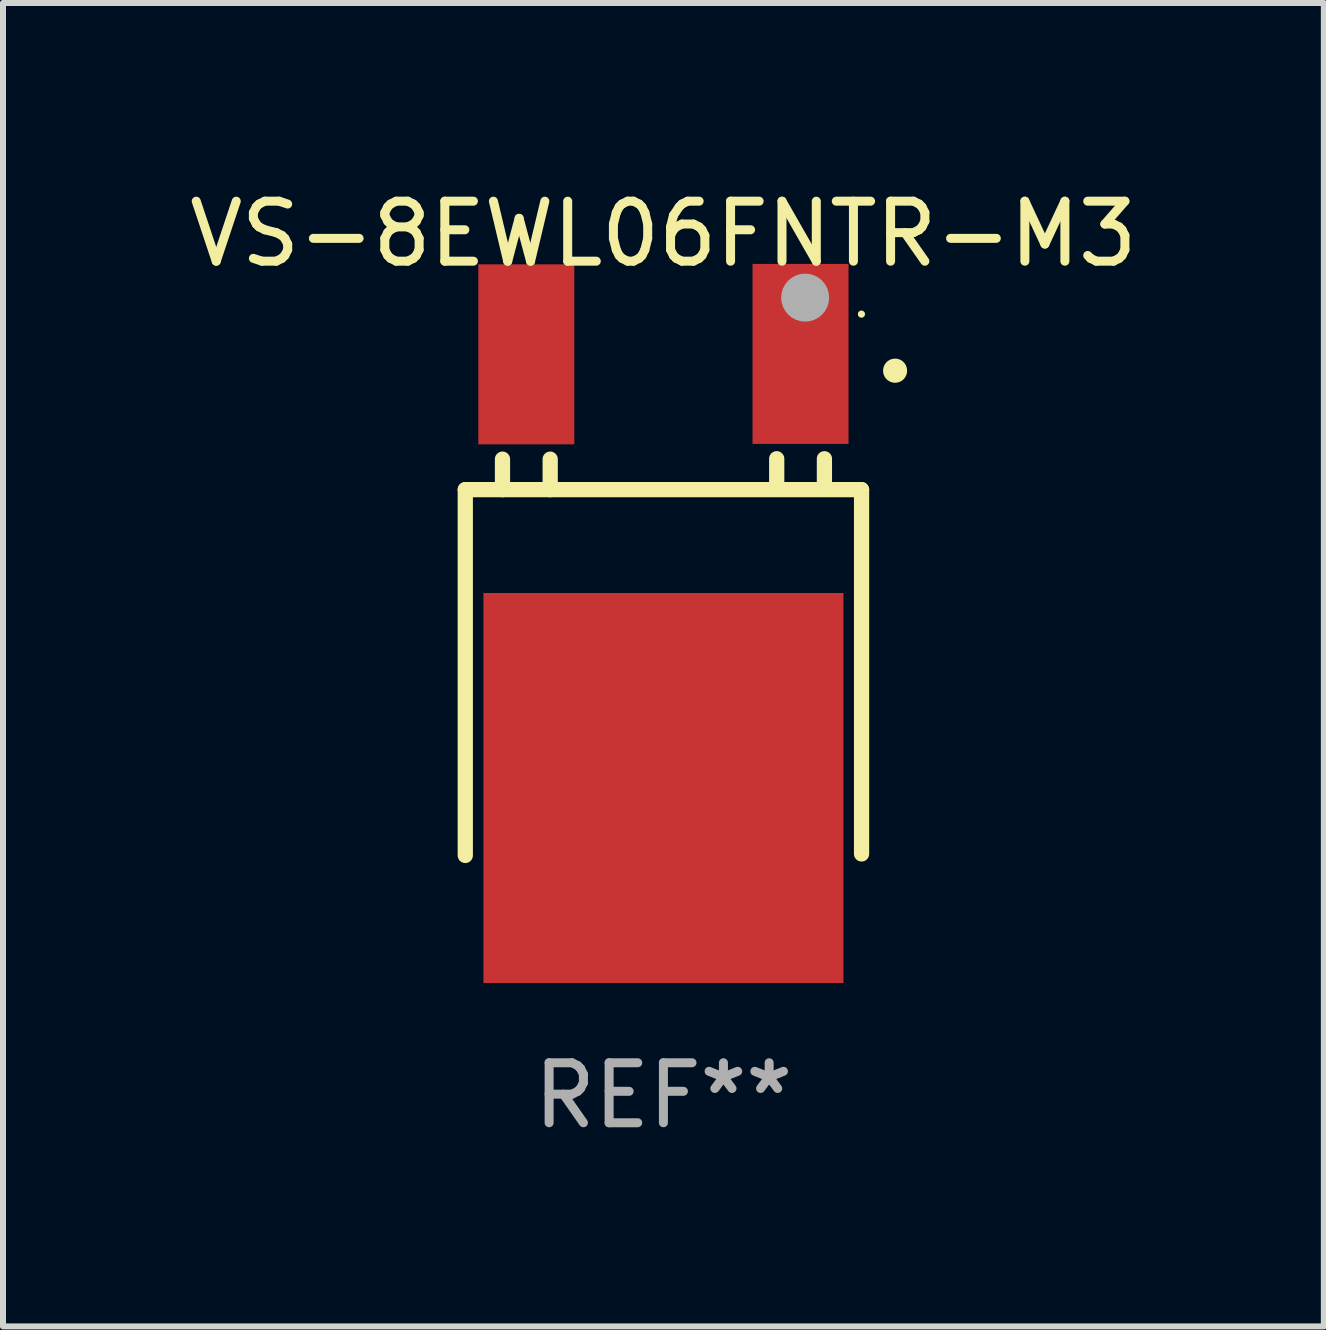
<source format=kicad_pcb>
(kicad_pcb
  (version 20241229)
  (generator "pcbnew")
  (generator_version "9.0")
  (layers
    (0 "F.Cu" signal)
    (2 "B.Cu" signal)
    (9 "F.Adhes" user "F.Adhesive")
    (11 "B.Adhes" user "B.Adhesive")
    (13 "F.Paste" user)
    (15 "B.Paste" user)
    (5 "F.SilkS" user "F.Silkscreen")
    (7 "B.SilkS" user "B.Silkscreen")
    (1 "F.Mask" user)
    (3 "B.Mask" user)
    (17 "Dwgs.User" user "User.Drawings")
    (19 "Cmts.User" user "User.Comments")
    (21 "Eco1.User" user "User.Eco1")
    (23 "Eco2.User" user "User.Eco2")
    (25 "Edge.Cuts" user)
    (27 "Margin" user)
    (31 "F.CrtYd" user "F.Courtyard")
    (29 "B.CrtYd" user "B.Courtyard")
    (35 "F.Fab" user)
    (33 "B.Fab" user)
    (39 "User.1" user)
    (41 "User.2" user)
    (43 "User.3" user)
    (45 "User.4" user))
  (footprint "VS-8EWL06FNTR-M3"
    (layer "F.Cu")
    (at 8.006 7.027)
    (property "Reference" "VS-8EWL06FNTR-M3" (at 0 -6.179 0) (layer "F.SilkS") (effects (font (size 1 1) (thickness 0.15))))
    (attr through_hole)
    (fp_line (start -3.302 -1.917) (end -3.302 4.179) (stroke (width 0.254) (type solid)) (layer "F.SilkS"))
    (fp_line (start -3.302 -1.917) (end 3.302 -1.917) (stroke (width 0.254) (type solid)) (layer "F.SilkS"))
    (fp_line (start -2.682 -1.917) (end -2.682 -2.425) (stroke (width 0.254) (type solid)) (layer "F.SilkS"))
    (fp_line (start -1.887 -1.917) (end -1.887 -2.425) (stroke (width 0.254) (type solid)) (layer "F.SilkS"))
    (fp_line (start 1.888 -1.924) (end 1.888 -2.432) (stroke (width 0.254) (type solid)) (layer "F.SilkS"))
    (fp_line (start 2.683 -1.924) (end 2.683 -2.432) (stroke (width 0.254) (type solid)) (layer "F.SilkS"))
    (fp_line (start 3.302 -1.917) (end 3.302 4.154) (stroke (width 0.254) (type solid)) (layer "F.SilkS"))
    (fp_arc (start 3.860808 -3.898158) (mid 3.860804 -3.899428) (end 3.860808 -3.900698) (stroke (width 0.4) (type solid)) (layer "F.SilkS"))
    (fp_circle (center 3.3 -4.842) (end 3.33 -4.842) (stroke (width 0.06) (type solid)) (fill no) (layer "F.SilkS"))
    (fp_circle (center 2.362 -5.117) (end 2.562 -5.117) (stroke (width 0.4) (type solid)) (fill no) (layer "F.Fab"))
    (fp_text user "REF**" (at 0 8.179 0) (layer "F.Fab") (effects (font (size 1 1) (thickness 0.15))))
    (pad "1" smd rect (at 2.285 -4.179) (size 1.6 3) (layers "F.Cu" "F.Mask" "F.Paste"))
    (pad "2" smd rect (at 0.000381 3.055) (size 6 6.5) (layers "F.Cu" "F.Mask" "F.Paste"))
    (pad "3" smd rect (at -2.285 -4.172) (size 1.6 3) (layers "F.Cu" "F.Mask" "F.Paste")))
  (gr_rect
    (start -3 -3)
    (end 19.012 19.055)
    (stroke (width 0.1) (type default))
    (fill no)
    (layer "Edge.Cuts")))
</source>
